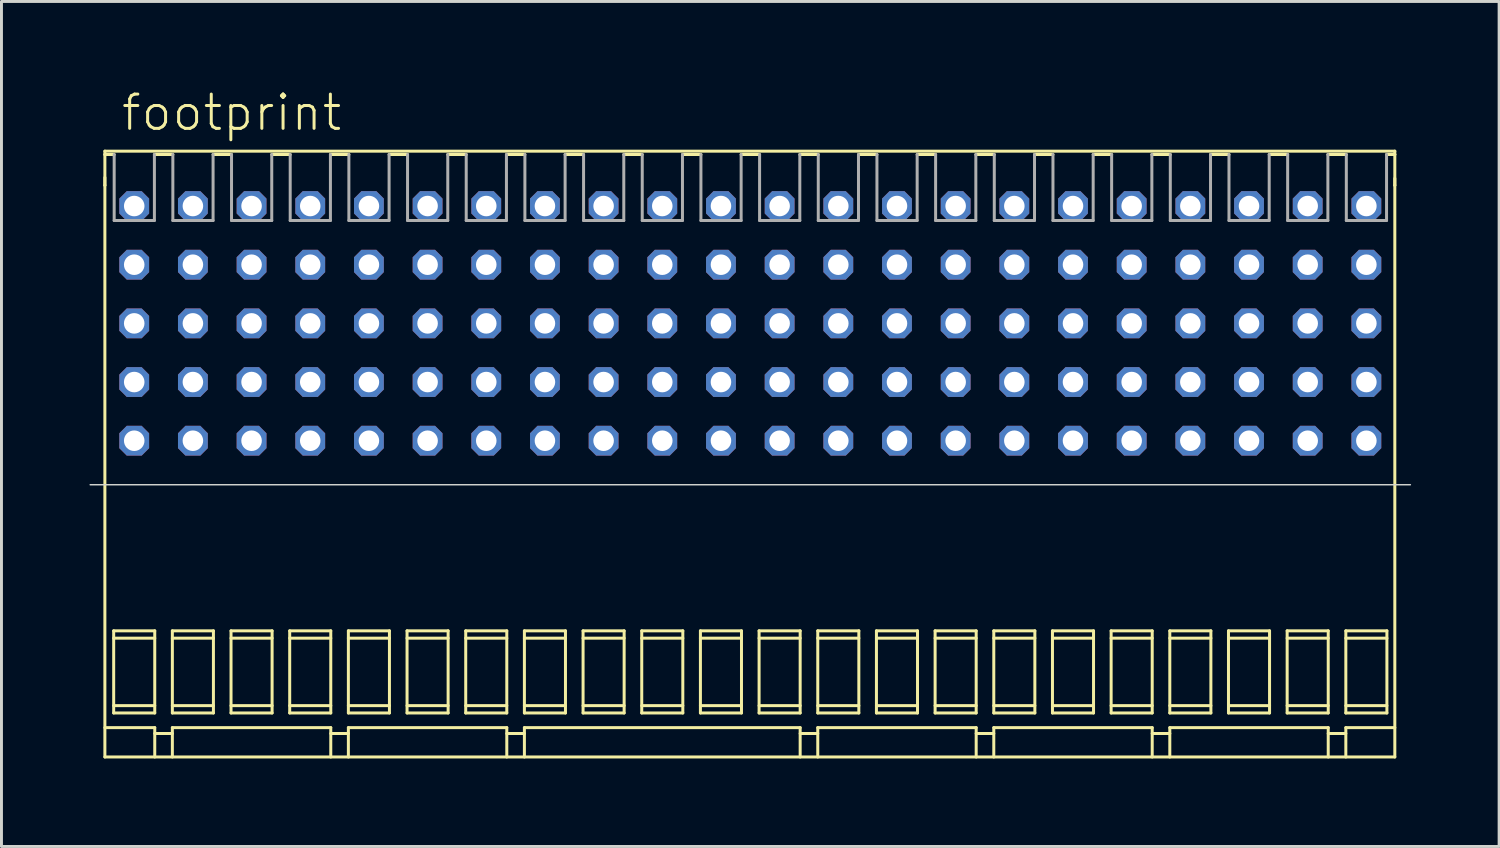
<source format=kicad_pcb>
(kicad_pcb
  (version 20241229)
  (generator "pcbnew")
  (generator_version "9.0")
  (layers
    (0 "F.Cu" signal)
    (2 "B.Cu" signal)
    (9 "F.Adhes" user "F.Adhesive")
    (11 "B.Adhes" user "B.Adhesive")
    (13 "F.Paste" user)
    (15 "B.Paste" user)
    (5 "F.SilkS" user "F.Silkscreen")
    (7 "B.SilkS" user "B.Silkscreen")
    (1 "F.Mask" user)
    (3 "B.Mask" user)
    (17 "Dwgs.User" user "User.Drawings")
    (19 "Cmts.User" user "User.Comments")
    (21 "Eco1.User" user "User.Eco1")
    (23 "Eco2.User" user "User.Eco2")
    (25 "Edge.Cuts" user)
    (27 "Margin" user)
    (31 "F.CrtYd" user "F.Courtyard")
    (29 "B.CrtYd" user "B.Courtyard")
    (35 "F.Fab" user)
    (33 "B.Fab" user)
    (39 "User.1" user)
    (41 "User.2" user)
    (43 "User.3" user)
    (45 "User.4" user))
  (footprint "footprint"
    (layer "F.Cu")
    (at 22.525 11.973)
    (property "Reference" "footprint" (at -21.5 -10.5 0) (layer "F.SilkS") (effects (font (size 1.168 1.168) (thickness 0.102)) (justify left bottom)))
    (fp_line (start -22 -9.87) (end 21.97 -9.87) (stroke (width 0.102) (type solid)) (layer "F.SilkS"))
    (fp_line (start -22 -9.756) (end -22 -9.87) (stroke (width 0.102) (type solid)) (layer "F.SilkS"))
    (fp_line (start -22 -9.756) (end -22 -8.706) (stroke (width 0.102) (type solid)) (layer "F.SilkS"))
    (fp_line (start -22 -8.972) (end -22 -8.706) (stroke (width 0.102) (type solid)) (layer "F.SilkS"))
    (fp_line (start -22 -8.706) (end -22 10.78) (stroke (width 0.102) (type solid)) (layer "F.SilkS"))
    (fp_line (start -22 9.78) (end -20.3 9.78) (stroke (width 0.102) (type solid)) (layer "F.SilkS"))
    (fp_line (start -22 10.78) (end 21.97 10.78) (stroke (width 0.102) (type solid)) (layer "F.SilkS"))
    (fp_line (start -21.7 6.48) (end -21.7 9.28) (stroke (width 0.102) (type solid)) (layer "F.SilkS"))
    (fp_line (start -21.7 6.48) (end -20.3 6.48) (stroke (width 0.102) (type solid)) (layer "F.SilkS"))
    (fp_line (start -21.7 6.73) (end -20.3 6.73) (stroke (width 0.102) (type solid)) (layer "F.SilkS"))
    (fp_line (start -21.7 9.03) (end -20.3 9.03) (stroke (width 0.102) (type solid)) (layer "F.SilkS"))
    (fp_line (start -21.7 9.28) (end -20.3 9.28) (stroke (width 0.102) (type solid)) (layer "F.SilkS"))
    (fp_line (start -21.683 -9.756) (end -22 -9.756) (stroke (width 0.102) (type solid)) (layer "F.SilkS"))
    (fp_line (start -20.3 6.48) (end -20.3 9.28) (stroke (width 0.102) (type solid)) (layer "F.SilkS"))
    (fp_line (start -20.3 9.78) (end -20.3 10.78) (stroke (width 0.102) (type solid)) (layer "F.SilkS"))
    (fp_line (start -20.3 9.98) (end -19.7 9.98) (stroke (width 0.102) (type solid)) (layer "F.SilkS"))
    (fp_line (start -19.7 6.48) (end -19.7 9.28) (stroke (width 0.102) (type solid)) (layer "F.SilkS"))
    (fp_line (start -19.7 6.48) (end -18.3 6.48) (stroke (width 0.102) (type solid)) (layer "F.SilkS"))
    (fp_line (start -19.7 6.73) (end -18.3 6.73) (stroke (width 0.102) (type solid)) (layer "F.SilkS"))
    (fp_line (start -19.7 9.03) (end -18.3 9.03) (stroke (width 0.102) (type solid)) (layer "F.SilkS"))
    (fp_line (start -19.7 9.28) (end -18.3 9.28) (stroke (width 0.102) (type solid)) (layer "F.SilkS"))
    (fp_line (start -19.7 9.78) (end -19.7 10.78) (stroke (width 0.102) (type solid)) (layer "F.SilkS"))
    (fp_line (start -19.683 -9.756) (end -20.312 -9.756) (stroke (width 0.102) (type solid)) (layer "F.SilkS"))
    (fp_line (start -18.3 6.48) (end -18.3 9.28) (stroke (width 0.102) (type solid)) (layer "F.SilkS"))
    (fp_line (start -17.7 6.48) (end -17.7 9.28) (stroke (width 0.102) (type solid)) (layer "F.SilkS"))
    (fp_line (start -17.7 6.48) (end -16.3 6.48) (stroke (width 0.102) (type solid)) (layer "F.SilkS"))
    (fp_line (start -17.7 6.73) (end -16.3 6.73) (stroke (width 0.102) (type solid)) (layer "F.SilkS"))
    (fp_line (start -17.7 9.03) (end -16.3 9.03) (stroke (width 0.102) (type solid)) (layer "F.SilkS"))
    (fp_line (start -17.7 9.28) (end -16.3 9.28) (stroke (width 0.102) (type solid)) (layer "F.SilkS"))
    (fp_line (start -17.683 -9.756) (end -18.312 -9.756) (stroke (width 0.102) (type solid)) (layer "F.SilkS"))
    (fp_line (start -16.3 6.48) (end -16.3 9.28) (stroke (width 0.102) (type solid)) (layer "F.SilkS"))
    (fp_line (start -15.7 6.48) (end -15.7 9.28) (stroke (width 0.102) (type solid)) (layer "F.SilkS"))
    (fp_line (start -15.7 6.48) (end -14.3 6.48) (stroke (width 0.102) (type solid)) (layer "F.SilkS"))
    (fp_line (start -15.7 6.73) (end -14.3 6.73) (stroke (width 0.102) (type solid)) (layer "F.SilkS"))
    (fp_line (start -15.7 9.03) (end -14.3 9.03) (stroke (width 0.102) (type solid)) (layer "F.SilkS"))
    (fp_line (start -15.7 9.28) (end -14.3 9.28) (stroke (width 0.102) (type solid)) (layer "F.SilkS"))
    (fp_line (start -15.683 -9.756) (end -16.312 -9.756) (stroke (width 0.102) (type solid)) (layer "F.SilkS"))
    (fp_line (start -14.3 6.48) (end -14.3 9.28) (stroke (width 0.102) (type solid)) (layer "F.SilkS"))
    (fp_line (start -14.3 9.78) (end -19.7 9.78) (stroke (width 0.102) (type solid)) (layer "F.SilkS"))
    (fp_line (start -14.3 9.78) (end -14.3 10.78) (stroke (width 0.102) (type solid)) (layer "F.SilkS"))
    (fp_line (start -14.3 9.98) (end -13.7 9.98) (stroke (width 0.102) (type solid)) (layer "F.SilkS"))
    (fp_line (start -13.7 6.48) (end -13.7 9.28) (stroke (width 0.102) (type solid)) (layer "F.SilkS"))
    (fp_line (start -13.7 6.48) (end -12.3 6.48) (stroke (width 0.102) (type solid)) (layer "F.SilkS"))
    (fp_line (start -13.7 6.73) (end -12.3 6.73) (stroke (width 0.102) (type solid)) (layer "F.SilkS"))
    (fp_line (start -13.7 9.03) (end -12.3 9.03) (stroke (width 0.102) (type solid)) (layer "F.SilkS"))
    (fp_line (start -13.7 9.28) (end -12.3 9.28) (stroke (width 0.102) (type solid)) (layer "F.SilkS"))
    (fp_line (start -13.7 9.78) (end -13.7 10.78) (stroke (width 0.102) (type solid)) (layer "F.SilkS"))
    (fp_line (start -13.683 -9.756) (end -14.312 -9.756) (stroke (width 0.102) (type solid)) (layer "F.SilkS"))
    (fp_line (start -12.3 6.48) (end -12.3 9.28) (stroke (width 0.102) (type solid)) (layer "F.SilkS"))
    (fp_line (start -11.7 6.48) (end -11.7 9.28) (stroke (width 0.102) (type solid)) (layer "F.SilkS"))
    (fp_line (start -11.7 6.48) (end -10.3 6.48) (stroke (width 0.102) (type solid)) (layer "F.SilkS"))
    (fp_line (start -11.7 6.73) (end -10.3 6.73) (stroke (width 0.102) (type solid)) (layer "F.SilkS"))
    (fp_line (start -11.7 9.03) (end -10.3 9.03) (stroke (width 0.102) (type solid)) (layer "F.SilkS"))
    (fp_line (start -11.7 9.28) (end -10.3 9.28) (stroke (width 0.102) (type solid)) (layer "F.SilkS"))
    (fp_line (start -11.683 -9.756) (end -12.312 -9.756) (stroke (width 0.102) (type solid)) (layer "F.SilkS"))
    (fp_line (start -10.3 6.48) (end -10.3 9.28) (stroke (width 0.102) (type solid)) (layer "F.SilkS"))
    (fp_line (start -9.7 6.48) (end -9.7 9.28) (stroke (width 0.102) (type solid)) (layer "F.SilkS"))
    (fp_line (start -9.7 6.48) (end -8.3 6.48) (stroke (width 0.102) (type solid)) (layer "F.SilkS"))
    (fp_line (start -9.7 6.73) (end -8.3 6.73) (stroke (width 0.102) (type solid)) (layer "F.SilkS"))
    (fp_line (start -9.7 9.03) (end -8.3 9.03) (stroke (width 0.102) (type solid)) (layer "F.SilkS"))
    (fp_line (start -9.7 9.28) (end -8.3 9.28) (stroke (width 0.102) (type solid)) (layer "F.SilkS"))
    (fp_line (start -9.683 -9.756) (end -10.312 -9.756) (stroke (width 0.102) (type solid)) (layer "F.SilkS"))
    (fp_line (start -8.3 6.48) (end -8.3 9.28) (stroke (width 0.102) (type solid)) (layer "F.SilkS"))
    (fp_line (start -8.3 9.78) (end -13.7 9.78) (stroke (width 0.102) (type solid)) (layer "F.SilkS"))
    (fp_line (start -8.3 9.78) (end -8.3 10.78) (stroke (width 0.102) (type solid)) (layer "F.SilkS"))
    (fp_line (start -8.3 9.98) (end -7.7 9.98) (stroke (width 0.102) (type solid)) (layer "F.SilkS"))
    (fp_line (start -7.7 6.48) (end -7.7 9.28) (stroke (width 0.102) (type solid)) (layer "F.SilkS"))
    (fp_line (start -7.7 6.48) (end -6.3 6.48) (stroke (width 0.102) (type solid)) (layer "F.SilkS"))
    (fp_line (start -7.7 6.73) (end -6.3 6.73) (stroke (width 0.102) (type solid)) (layer "F.SilkS"))
    (fp_line (start -7.7 9.03) (end -6.3 9.03) (stroke (width 0.102) (type solid)) (layer "F.SilkS"))
    (fp_line (start -7.7 9.28) (end -6.3 9.28) (stroke (width 0.102) (type solid)) (layer "F.SilkS"))
    (fp_line (start -7.7 9.78) (end -7.7 10.78) (stroke (width 0.102) (type solid)) (layer "F.SilkS"))
    (fp_line (start -7.7 9.78) (end 1.7 9.78) (stroke (width 0.102) (type solid)) (layer "F.SilkS"))
    (fp_line (start -7.683 -9.756) (end -8.312 -9.756) (stroke (width 0.102) (type solid)) (layer "F.SilkS"))
    (fp_line (start -6.3 6.48) (end -6.3 9.28) (stroke (width 0.102) (type solid)) (layer "F.SilkS"))
    (fp_line (start -5.7 6.48) (end -5.7 9.28) (stroke (width 0.102) (type solid)) (layer "F.SilkS"))
    (fp_line (start -5.7 6.73) (end -4.3 6.73) (stroke (width 0.102) (type solid)) (layer "F.SilkS"))
    (fp_line (start -5.7 9.03) (end -4.3 9.03) (stroke (width 0.102) (type solid)) (layer "F.SilkS"))
    (fp_line (start -5.683 -9.756) (end -6.312 -9.756) (stroke (width 0.102) (type solid)) (layer "F.SilkS"))
    (fp_line (start -4.3 6.48) (end -5.7 6.48) (stroke (width 0.102) (type solid)) (layer "F.SilkS"))
    (fp_line (start -4.3 9.28) (end -5.7 9.28) (stroke (width 0.102) (type solid)) (layer "F.SilkS"))
    (fp_line (start -4.3 9.28) (end -4.3 6.48) (stroke (width 0.102) (type solid)) (layer "F.SilkS"))
    (fp_line (start -3.7 6.48) (end -3.7 9.28) (stroke (width 0.102) (type solid)) (layer "F.SilkS"))
    (fp_line (start -3.683 -9.756) (end -4.312 -9.756) (stroke (width 0.102) (type solid)) (layer "F.SilkS"))
    (fp_line (start -2.3 6.48) (end -3.7 6.48) (stroke (width 0.102) (type solid)) (layer "F.SilkS"))
    (fp_line (start -2.3 6.48) (end -2.3 9.28) (stroke (width 0.102) (type solid)) (layer "F.SilkS"))
    (fp_line (start -2.3 6.73) (end -3.7 6.73) (stroke (width 0.102) (type solid)) (layer "F.SilkS"))
    (fp_line (start -2.3 9.03) (end -3.7 9.03) (stroke (width 0.102) (type solid)) (layer "F.SilkS"))
    (fp_line (start -2.3 9.28) (end -3.7 9.28) (stroke (width 0.102) (type solid)) (layer "F.SilkS"))
    (fp_line (start -1.7 9.28) (end -1.7 6.48) (stroke (width 0.102) (type solid)) (layer "F.SilkS"))
    (fp_line (start -1.683 -9.756) (end -2.312 -9.756) (stroke (width 0.102) (type solid)) (layer "F.SilkS"))
    (fp_line (start -0.3 6.48) (end -1.7 6.48) (stroke (width 0.102) (type solid)) (layer "F.SilkS"))
    (fp_line (start -0.3 6.48) (end -0.3 9.28) (stroke (width 0.102) (type solid)) (layer "F.SilkS"))
    (fp_line (start -0.3 6.73) (end -1.7 6.73) (stroke (width 0.102) (type solid)) (layer "F.SilkS"))
    (fp_line (start -0.3 9.03) (end -1.7 9.03) (stroke (width 0.102) (type solid)) (layer "F.SilkS"))
    (fp_line (start -0.3 9.28) (end -1.7 9.28) (stroke (width 0.102) (type solid)) (layer "F.SilkS"))
    (fp_line (start 0.3 6.48) (end 0.3 9.28) (stroke (width 0.102) (type solid)) (layer "F.SilkS"))
    (fp_line (start 0.317 -9.756) (end -0.312 -9.756) (stroke (width 0.102) (type solid)) (layer "F.SilkS"))
    (fp_line (start 1.7 6.48) (end 0.3 6.48) (stroke (width 0.102) (type solid)) (layer "F.SilkS"))
    (fp_line (start 1.7 6.48) (end 1.7 9.28) (stroke (width 0.102) (type solid)) (layer "F.SilkS"))
    (fp_line (start 1.7 6.73) (end 0.3 6.73) (stroke (width 0.102) (type solid)) (layer "F.SilkS"))
    (fp_line (start 1.7 9.03) (end 0.3 9.03) (stroke (width 0.102) (type solid)) (layer "F.SilkS"))
    (fp_line (start 1.7 9.28) (end 0.3 9.28) (stroke (width 0.102) (type solid)) (layer "F.SilkS"))
    (fp_line (start 1.7 9.78) (end 1.7 10.78) (stroke (width 0.102) (type solid)) (layer "F.SilkS"))
    (fp_line (start 2.3 6.48) (end 2.3 9.28) (stroke (width 0.102) (type solid)) (layer "F.SilkS"))
    (fp_line (start 2.3 9.78) (end 2.3 10.78) (stroke (width 0.102) (type solid)) (layer "F.SilkS"))
    (fp_line (start 2.3 9.98) (end 1.7 9.98) (stroke (width 0.102) (type solid)) (layer "F.SilkS"))
    (fp_line (start 2.317 -9.756) (end 1.688 -9.756) (stroke (width 0.102) (type solid)) (layer "F.SilkS"))
    (fp_line (start 3.7 6.48) (end 2.3 6.48) (stroke (width 0.102) (type solid)) (layer "F.SilkS"))
    (fp_line (start 3.7 6.48) (end 3.7 9.28) (stroke (width 0.102) (type solid)) (layer "F.SilkS"))
    (fp_line (start 3.7 6.73) (end 2.3 6.73) (stroke (width 0.102) (type solid)) (layer "F.SilkS"))
    (fp_line (start 3.7 9.03) (end 2.3 9.03) (stroke (width 0.102) (type solid)) (layer "F.SilkS"))
    (fp_line (start 3.7 9.28) (end 2.3 9.28) (stroke (width 0.102) (type solid)) (layer "F.SilkS"))
    (fp_line (start 4.3 6.48) (end 4.3 9.28) (stroke (width 0.102) (type solid)) (layer "F.SilkS"))
    (fp_line (start 4.317 -9.756) (end 3.688 -9.756) (stroke (width 0.102) (type solid)) (layer "F.SilkS"))
    (fp_line (start 5.7 6.48) (end 4.3 6.48) (stroke (width 0.102) (type solid)) (layer "F.SilkS"))
    (fp_line (start 5.7 6.48) (end 5.7 9.28) (stroke (width 0.102) (type solid)) (layer "F.SilkS"))
    (fp_line (start 5.7 6.73) (end 4.3 6.73) (stroke (width 0.102) (type solid)) (layer "F.SilkS"))
    (fp_line (start 5.7 9.03) (end 4.3 9.03) (stroke (width 0.102) (type solid)) (layer "F.SilkS"))
    (fp_line (start 5.7 9.28) (end 4.3 9.28) (stroke (width 0.102) (type solid)) (layer "F.SilkS"))
    (fp_line (start 6.3 6.48) (end 6.3 9.28) (stroke (width 0.102) (type solid)) (layer "F.SilkS"))
    (fp_line (start 6.317 -9.756) (end 5.688 -9.756) (stroke (width 0.102) (type solid)) (layer "F.SilkS"))
    (fp_line (start 7.7 6.48) (end 6.3 6.48) (stroke (width 0.102) (type solid)) (layer "F.SilkS"))
    (fp_line (start 7.7 6.48) (end 7.7 9.28) (stroke (width 0.102) (type solid)) (layer "F.SilkS"))
    (fp_line (start 7.7 6.73) (end 6.3 6.73) (stroke (width 0.102) (type solid)) (layer "F.SilkS"))
    (fp_line (start 7.7 9.03) (end 6.3 9.03) (stroke (width 0.102) (type solid)) (layer "F.SilkS"))
    (fp_line (start 7.7 9.28) (end 6.3 9.28) (stroke (width 0.102) (type solid)) (layer "F.SilkS"))
    (fp_line (start 7.7 9.78) (end 2.3 9.78) (stroke (width 0.102) (type solid)) (layer "F.SilkS"))
    (fp_line (start 7.7 9.78) (end 7.7 10.78) (stroke (width 0.102) (type solid)) (layer "F.SilkS"))
    (fp_line (start 8.3 6.48) (end 8.3 9.28) (stroke (width 0.102) (type solid)) (layer "F.SilkS"))
    (fp_line (start 8.3 9.78) (end 8.3 10.78) (stroke (width 0.102) (type solid)) (layer "F.SilkS"))
    (fp_line (start 8.3 9.98) (end 7.7 9.98) (stroke (width 0.102) (type solid)) (layer "F.SilkS"))
    (fp_line (start 8.317 -9.756) (end 7.688 -9.756) (stroke (width 0.102) (type solid)) (layer "F.SilkS"))
    (fp_line (start 9.7 6.48) (end 8.3 6.48) (stroke (width 0.102) (type solid)) (layer "F.SilkS"))
    (fp_line (start 9.7 6.48) (end 9.7 9.28) (stroke (width 0.102) (type solid)) (layer "F.SilkS"))
    (fp_line (start 9.7 6.73) (end 8.3 6.73) (stroke (width 0.102) (type solid)) (layer "F.SilkS"))
    (fp_line (start 9.7 9.03) (end 8.3 9.03) (stroke (width 0.102) (type solid)) (layer "F.SilkS"))
    (fp_line (start 9.7 9.28) (end 8.3 9.28) (stroke (width 0.102) (type solid)) (layer "F.SilkS"))
    (fp_line (start 10.3 6.48) (end 10.3 9.28) (stroke (width 0.102) (type solid)) (layer "F.SilkS"))
    (fp_line (start 10.317 -9.756) (end 9.688 -9.756) (stroke (width 0.102) (type solid)) (layer "F.SilkS"))
    (fp_line (start 11.7 6.48) (end 10.3 6.48) (stroke (width 0.102) (type solid)) (layer "F.SilkS"))
    (fp_line (start 11.7 6.48) (end 11.7 9.28) (stroke (width 0.102) (type solid)) (layer "F.SilkS"))
    (fp_line (start 11.7 6.73) (end 10.3 6.73) (stroke (width 0.102) (type solid)) (layer "F.SilkS"))
    (fp_line (start 11.7 9.03) (end 10.3 9.03) (stroke (width 0.102) (type solid)) (layer "F.SilkS"))
    (fp_line (start 11.7 9.28) (end 10.3 9.28) (stroke (width 0.102) (type solid)) (layer "F.SilkS"))
    (fp_line (start 12.3 6.48) (end 12.3 9.28) (stroke (width 0.102) (type solid)) (layer "F.SilkS"))
    (fp_line (start 12.317 -9.756) (end 11.688 -9.756) (stroke (width 0.102) (type solid)) (layer "F.SilkS"))
    (fp_line (start 13.7 6.48) (end 12.3 6.48) (stroke (width 0.102) (type solid)) (layer "F.SilkS"))
    (fp_line (start 13.7 6.48) (end 13.7 9.28) (stroke (width 0.102) (type solid)) (layer "F.SilkS"))
    (fp_line (start 13.7 6.73) (end 12.3 6.73) (stroke (width 0.102) (type solid)) (layer "F.SilkS"))
    (fp_line (start 13.7 9.03) (end 12.3 9.03) (stroke (width 0.102) (type solid)) (layer "F.SilkS"))
    (fp_line (start 13.7 9.28) (end 12.3 9.28) (stroke (width 0.102) (type solid)) (layer "F.SilkS"))
    (fp_line (start 13.7 9.78) (end 8.3 9.78) (stroke (width 0.102) (type solid)) (layer "F.SilkS"))
    (fp_line (start 13.7 9.78) (end 13.7 10.78) (stroke (width 0.102) (type solid)) (layer "F.SilkS"))
    (fp_line (start 14.3 6.48) (end 14.3 9.28) (stroke (width 0.102) (type solid)) (layer "F.SilkS"))
    (fp_line (start 14.3 9.78) (end 14.3 10.78) (stroke (width 0.102) (type solid)) (layer "F.SilkS"))
    (fp_line (start 14.3 9.98) (end 13.7 9.98) (stroke (width 0.102) (type solid)) (layer "F.SilkS"))
    (fp_line (start 14.317 -9.756) (end 13.688 -9.756) (stroke (width 0.102) (type solid)) (layer "F.SilkS"))
    (fp_line (start 15.7 6.48) (end 14.3 6.48) (stroke (width 0.102) (type solid)) (layer "F.SilkS"))
    (fp_line (start 15.7 6.48) (end 15.7 9.28) (stroke (width 0.102) (type solid)) (layer "F.SilkS"))
    (fp_line (start 15.7 6.73) (end 14.3 6.73) (stroke (width 0.102) (type solid)) (layer "F.SilkS"))
    (fp_line (start 15.7 9.03) (end 14.3 9.03) (stroke (width 0.102) (type solid)) (layer "F.SilkS"))
    (fp_line (start 15.7 9.28) (end 14.3 9.28) (stroke (width 0.102) (type solid)) (layer "F.SilkS"))
    (fp_line (start 16.3 6.48) (end 16.3 9.28) (stroke (width 0.102) (type solid)) (layer "F.SilkS"))
    (fp_line (start 16.317 -9.756) (end 15.688 -9.756) (stroke (width 0.102) (type solid)) (layer "F.SilkS"))
    (fp_line (start 17.7 6.48) (end 16.3 6.48) (stroke (width 0.102) (type solid)) (layer "F.SilkS"))
    (fp_line (start 17.7 6.48) (end 17.7 9.28) (stroke (width 0.102) (type solid)) (layer "F.SilkS"))
    (fp_line (start 17.7 6.73) (end 16.3 6.73) (stroke (width 0.102) (type solid)) (layer "F.SilkS"))
    (fp_line (start 17.7 9.03) (end 16.3 9.03) (stroke (width 0.102) (type solid)) (layer "F.SilkS"))
    (fp_line (start 17.7 9.28) (end 16.3 9.28) (stroke (width 0.102) (type solid)) (layer "F.SilkS"))
    (fp_line (start 18.3 6.48) (end 18.3 9.28) (stroke (width 0.102) (type solid)) (layer "F.SilkS"))
    (fp_line (start 18.317 -9.756) (end 17.688 -9.756) (stroke (width 0.102) (type solid)) (layer "F.SilkS"))
    (fp_line (start 19.7 6.48) (end 18.3 6.48) (stroke (width 0.102) (type solid)) (layer "F.SilkS"))
    (fp_line (start 19.7 6.48) (end 19.7 9.28) (stroke (width 0.102) (type solid)) (layer "F.SilkS"))
    (fp_line (start 19.7 6.73) (end 18.3 6.73) (stroke (width 0.102) (type solid)) (layer "F.SilkS"))
    (fp_line (start 19.7 9.03) (end 18.3 9.03) (stroke (width 0.102) (type solid)) (layer "F.SilkS"))
    (fp_line (start 19.7 9.28) (end 18.3 9.28) (stroke (width 0.102) (type solid)) (layer "F.SilkS"))
    (fp_line (start 19.7 9.78) (end 14.3 9.78) (stroke (width 0.102) (type solid)) (layer "F.SilkS"))
    (fp_line (start 19.7 9.78) (end 19.7 10.78) (stroke (width 0.102) (type solid)) (layer "F.SilkS"))
    (fp_line (start 20.3 6.48) (end 20.3 9.28) (stroke (width 0.102) (type solid)) (layer "F.SilkS"))
    (fp_line (start 20.3 9.78) (end 20.3 10.78) (stroke (width 0.102) (type solid)) (layer "F.SilkS"))
    (fp_line (start 20.3 9.98) (end 19.7 9.98) (stroke (width 0.102) (type solid)) (layer "F.SilkS"))
    (fp_line (start 20.317 -9.756) (end 19.688 -9.756) (stroke (width 0.102) (type solid)) (layer "F.SilkS"))
    (fp_line (start 21.7 6.48) (end 20.3 6.48) (stroke (width 0.102) (type solid)) (layer "F.SilkS"))
    (fp_line (start 21.7 6.48) (end 21.7 9.28) (stroke (width 0.102) (type solid)) (layer "F.SilkS"))
    (fp_line (start 21.7 6.73) (end 20.3 6.73) (stroke (width 0.102) (type solid)) (layer "F.SilkS"))
    (fp_line (start 21.7 9.03) (end 20.3 9.03) (stroke (width 0.102) (type solid)) (layer "F.SilkS"))
    (fp_line (start 21.7 9.28) (end 20.3 9.28) (stroke (width 0.102) (type solid)) (layer "F.SilkS"))
    (fp_line (start 21.97 -9.756) (end 21.688 -9.756) (stroke (width 0.102) (type solid)) (layer "F.SilkS"))
    (fp_line (start 21.97 -9.756) (end 21.97 -9.87) (stroke (width 0.102) (type solid)) (layer "F.SilkS"))
    (fp_line (start 21.97 -9.756) (end 21.97 -8.706) (stroke (width 0.102) (type solid)) (layer "F.SilkS"))
    (fp_line (start 21.97 -8.942) (end 21.97 -8.706) (stroke (width 0.102) (type solid)) (layer "F.SilkS"))
    (fp_line (start 21.97 9.78) (end 20.3 9.78) (stroke (width 0.102) (type solid)) (layer "F.SilkS"))
    (fp_line (start 21.97 10.78) (end 21.97 -8.706) (stroke (width 0.102) (type solid)) (layer "F.SilkS"))
    (fp_line (start -22.5 1.5) (end 22.5 1.5) (stroke (width 0.05) (type solid)) (layer "Edge.Cuts"))
    (fp_line (start -21.683 -7.506) (end -21.683 -9.756) (stroke (width 0.102) (type solid)) (layer "F.Fab"))
    (fp_line (start -20.312 -9.756) (end -20.312 -7.506) (stroke (width 0.102) (type solid)) (layer "F.Fab"))
    (fp_line (start -20.312 -7.506) (end -21.683 -7.506) (stroke (width 0.102) (type solid)) (layer "F.Fab"))
    (fp_line (start -19.683 -7.506) (end -19.683 -9.756) (stroke (width 0.102) (type solid)) (layer "F.Fab"))
    (fp_line (start -18.312 -9.756) (end -18.312 -7.506) (stroke (width 0.102) (type solid)) (layer "F.Fab"))
    (fp_line (start -18.312 -7.506) (end -19.683 -7.506) (stroke (width 0.102) (type solid)) (layer "F.Fab"))
    (fp_line (start -17.683 -7.506) (end -17.683 -9.756) (stroke (width 0.102) (type solid)) (layer "F.Fab"))
    (fp_line (start -16.312 -9.756) (end -16.312 -7.506) (stroke (width 0.102) (type solid)) (layer "F.Fab"))
    (fp_line (start -16.312 -7.506) (end -17.683 -7.506) (stroke (width 0.102) (type solid)) (layer "F.Fab"))
    (fp_line (start -15.683 -7.506) (end -15.683 -9.756) (stroke (width 0.102) (type solid)) (layer "F.Fab"))
    (fp_line (start -14.312 -9.756) (end -14.312 -7.506) (stroke (width 0.102) (type solid)) (layer "F.Fab"))
    (fp_line (start -14.312 -7.506) (end -15.683 -7.506) (stroke (width 0.102) (type solid)) (layer "F.Fab"))
    (fp_line (start -13.683 -7.506) (end -13.683 -9.756) (stroke (width 0.102) (type solid)) (layer "F.Fab"))
    (fp_line (start -12.312 -9.756) (end -12.312 -7.506) (stroke (width 0.102) (type solid)) (layer "F.Fab"))
    (fp_line (start -12.312 -7.506) (end -13.683 -7.506) (stroke (width 0.102) (type solid)) (layer "F.Fab"))
    (fp_line (start -11.683 -7.506) (end -11.683 -9.756) (stroke (width 0.102) (type solid)) (layer "F.Fab"))
    (fp_line (start -10.312 -9.756) (end -10.312 -7.506) (stroke (width 0.102) (type solid)) (layer "F.Fab"))
    (fp_line (start -10.312 -7.506) (end -11.683 -7.506) (stroke (width 0.102) (type solid)) (layer "F.Fab"))
    (fp_line (start -9.683 -7.506) (end -9.683 -9.756) (stroke (width 0.102) (type solid)) (layer "F.Fab"))
    (fp_line (start -8.312 -9.756) (end -8.312 -7.506) (stroke (width 0.102) (type solid)) (layer "F.Fab"))
    (fp_line (start -8.312 -7.506) (end -9.683 -7.506) (stroke (width 0.102) (type solid)) (layer "F.Fab"))
    (fp_line (start -7.683 -7.506) (end -7.683 -9.756) (stroke (width 0.102) (type solid)) (layer "F.Fab"))
    (fp_line (start -6.312 -9.756) (end -6.312 -7.506) (stroke (width 0.102) (type solid)) (layer "F.Fab"))
    (fp_line (start -6.312 -7.506) (end -7.683 -7.506) (stroke (width 0.102) (type solid)) (layer "F.Fab"))
    (fp_line (start -5.683 -7.506) (end -5.683 -9.756) (stroke (width 0.102) (type solid)) (layer "F.Fab"))
    (fp_line (start -4.312 -9.756) (end -4.312 -7.506) (stroke (width 0.102) (type solid)) (layer "F.Fab"))
    (fp_line (start -4.312 -7.506) (end -5.683 -7.506) (stroke (width 0.102) (type solid)) (layer "F.Fab"))
    (fp_line (start -3.683 -7.506) (end -3.683 -9.756) (stroke (width 0.102) (type solid)) (layer "F.Fab"))
    (fp_line (start -2.312 -9.756) (end -2.312 -7.506) (stroke (width 0.102) (type solid)) (layer "F.Fab"))
    (fp_line (start -2.312 -7.506) (end -3.683 -7.506) (stroke (width 0.102) (type solid)) (layer "F.Fab"))
    (fp_line (start -1.683 -7.506) (end -1.683 -9.756) (stroke (width 0.102) (type solid)) (layer "F.Fab"))
    (fp_line (start -0.312 -9.756) (end -0.312 -7.506) (stroke (width 0.102) (type solid)) (layer "F.Fab"))
    (fp_line (start -0.312 -7.506) (end -1.683 -7.506) (stroke (width 0.102) (type solid)) (layer "F.Fab"))
    (fp_line (start 0.317 -7.506) (end 0.317 -9.756) (stroke (width 0.102) (type solid)) (layer "F.Fab"))
    (fp_line (start 1.688 -9.756) (end 1.688 -7.506) (stroke (width 0.102) (type solid)) (layer "F.Fab"))
    (fp_line (start 1.688 -7.506) (end 0.317 -7.506) (stroke (width 0.102) (type solid)) (layer "F.Fab"))
    (fp_line (start 2.317 -7.506) (end 2.317 -9.756) (stroke (width 0.102) (type solid)) (layer "F.Fab"))
    (fp_line (start 3.688 -9.756) (end 3.688 -7.506) (stroke (width 0.102) (type solid)) (layer "F.Fab"))
    (fp_line (start 3.688 -7.506) (end 2.317 -7.506) (stroke (width 0.102) (type solid)) (layer "F.Fab"))
    (fp_line (start 4.317 -7.506) (end 4.317 -9.756) (stroke (width 0.102) (type solid)) (layer "F.Fab"))
    (fp_line (start 5.688 -9.756) (end 5.688 -7.506) (stroke (width 0.102) (type solid)) (layer "F.Fab"))
    (fp_line (start 5.688 -7.506) (end 4.317 -7.506) (stroke (width 0.102) (type solid)) (layer "F.Fab"))
    (fp_line (start 6.317 -7.506) (end 6.317 -9.756) (stroke (width 0.102) (type solid)) (layer "F.Fab"))
    (fp_line (start 7.688 -9.756) (end 7.688 -7.506) (stroke (width 0.102) (type solid)) (layer "F.Fab"))
    (fp_line (start 7.688 -7.506) (end 6.317 -7.506) (stroke (width 0.102) (type solid)) (layer "F.Fab"))
    (fp_line (start 8.317 -7.506) (end 8.317 -9.756) (stroke (width 0.102) (type solid)) (layer "F.Fab"))
    (fp_line (start 9.688 -9.756) (end 9.688 -7.506) (stroke (width 0.102) (type solid)) (layer "F.Fab"))
    (fp_line (start 9.688 -7.506) (end 8.317 -7.506) (stroke (width 0.102) (type solid)) (layer "F.Fab"))
    (fp_line (start 10.317 -7.506) (end 10.317 -9.756) (stroke (width 0.102) (type solid)) (layer "F.Fab"))
    (fp_line (start 11.688 -9.756) (end 11.688 -7.506) (stroke (width 0.102) (type solid)) (layer "F.Fab"))
    (fp_line (start 11.688 -7.506) (end 10.317 -7.506) (stroke (width 0.102) (type solid)) (layer "F.Fab"))
    (fp_line (start 12.317 -7.506) (end 12.317 -9.756) (stroke (width 0.102) (type solid)) (layer "F.Fab"))
    (fp_line (start 13.688 -9.756) (end 13.688 -7.506) (stroke (width 0.102) (type solid)) (layer "F.Fab"))
    (fp_line (start 13.688 -7.506) (end 12.317 -7.506) (stroke (width 0.102) (type solid)) (layer "F.Fab"))
    (fp_line (start 14.317 -7.506) (end 14.317 -9.756) (stroke (width 0.102) (type solid)) (layer "F.Fab"))
    (fp_line (start 15.688 -9.756) (end 15.688 -7.506) (stroke (width 0.102) (type solid)) (layer "F.Fab"))
    (fp_line (start 15.688 -7.506) (end 14.317 -7.506) (stroke (width 0.102) (type solid)) (layer "F.Fab"))
    (fp_line (start 16.317 -7.506) (end 16.317 -9.756) (stroke (width 0.102) (type solid)) (layer "F.Fab"))
    (fp_line (start 17.688 -9.756) (end 17.688 -7.506) (stroke (width 0.102) (type solid)) (layer "F.Fab"))
    (fp_line (start 17.688 -7.506) (end 16.317 -7.506) (stroke (width 0.102) (type solid)) (layer "F.Fab"))
    (fp_line (start 18.317 -7.506) (end 18.317 -9.756) (stroke (width 0.102) (type solid)) (layer "F.Fab"))
    (fp_line (start 19.688 -9.756) (end 19.688 -7.506) (stroke (width 0.102) (type solid)) (layer "F.Fab"))
    (fp_line (start 19.688 -7.506) (end 18.317 -7.506) (stroke (width 0.102) (type solid)) (layer "F.Fab"))
    (fp_line (start 20.317 -7.506) (end 20.317 -9.756) (stroke (width 0.102) (type solid)) (layer "F.Fab"))
    (fp_line (start 21.688 -9.756) (end 21.688 -7.506) (stroke (width 0.102) (type solid)) (layer "F.Fab"))
    (fp_line (start 21.688 -7.506) (end 20.317 -7.506) (stroke (width 0.102) (type solid)) (layer "F.Fab"))
    (pad "A1" thru_hole roundrect (at 21 0 180) (size 1.016 1.016) (drill 0.7) (layers "*.Cu" "*.Mask") (roundrect_rratio 0.25) (chamfer_ratio 0.25) (chamfer top_left top_right bottom_left bottom_right))
    (pad "A2" thru_hole roundrect (at 19 0 180) (size 1.016 1.016) (drill 0.7) (layers "*.Cu" "*.Mask") (roundrect_rratio 0.25) (chamfer_ratio 0.25) (chamfer top_left top_right bottom_left bottom_right))
    (pad "A3" thru_hole roundrect (at 17 0 180) (size 1.016 1.016) (drill 0.7) (layers "*.Cu" "*.Mask") (roundrect_rratio 0.25) (chamfer_ratio 0.25) (chamfer top_left top_right bottom_left bottom_right))
    (pad "A4" thru_hole roundrect (at 15 0 180) (size 1.016 1.016) (drill 0.7) (layers "*.Cu" "*.Mask") (roundrect_rratio 0.25) (chamfer_ratio 0.25) (chamfer top_left top_right bottom_left bottom_right))
    (pad "A5" thru_hole roundrect (at 13 0 180) (size 1.016 1.016) (drill 0.7) (layers "*.Cu" "*.Mask") (roundrect_rratio 0.25) (chamfer_ratio 0.25) (chamfer top_left top_right bottom_left bottom_right))
    (pad "A6" thru_hole roundrect (at 11 0 180) (size 1.016 1.016) (drill 0.7) (layers "*.Cu" "*.Mask") (roundrect_rratio 0.25) (chamfer_ratio 0.25) (chamfer top_left top_right bottom_left bottom_right))
    (pad "A7" thru_hole roundrect (at 9 0 180) (size 1.016 1.016) (drill 0.7) (layers "*.Cu" "*.Mask") (roundrect_rratio 0.25) (chamfer_ratio 0.25) (chamfer top_left top_right bottom_left bottom_right))
    (pad "A8" thru_hole roundrect (at 7 0 180) (size 1.016 1.016) (drill 0.7) (layers "*.Cu" "*.Mask") (roundrect_rratio 0.25) (chamfer_ratio 0.25) (chamfer top_left top_right bottom_left bottom_right))
    (pad "A9" thru_hole roundrect (at 5 0 180) (size 1.016 1.016) (drill 0.7) (layers "*.Cu" "*.Mask") (roundrect_rratio 0.25) (chamfer_ratio 0.25) (chamfer top_left top_right bottom_left bottom_right))
    (pad "A10" thru_hole roundrect (at 3 0 180) (size 1.016 1.016) (drill 0.7) (layers "*.Cu" "*.Mask") (roundrect_rratio 0.25) (chamfer_ratio 0.25) (chamfer top_left top_right bottom_left bottom_right))
    (pad "A11" thru_hole roundrect (at 1 0 180) (size 1.016 1.016) (drill 0.7) (layers "*.Cu" "*.Mask") (roundrect_rratio 0.25) (chamfer_ratio 0.25) (chamfer top_left top_right bottom_left bottom_right))
    (pad "A12" thru_hole roundrect (at -1 0 180) (size 1.016 1.016) (drill 0.7) (layers "*.Cu" "*.Mask") (roundrect_rratio 0.25) (chamfer_ratio 0.25) (chamfer top_left top_right bottom_left bottom_right))
    (pad "A13" thru_hole roundrect (at -3 0 180) (size 1.016 1.016) (drill 0.7) (layers "*.Cu" "*.Mask") (roundrect_rratio 0.25) (chamfer_ratio 0.25) (chamfer top_left top_right bottom_left bottom_right))
    (pad "A14" thru_hole roundrect (at -5 0 180) (size 1.016 1.016) (drill 0.7) (layers "*.Cu" "*.Mask") (roundrect_rratio 0.25) (chamfer_ratio 0.25) (chamfer top_left top_right bottom_left bottom_right))
    (pad "A15" thru_hole roundrect (at -7 0 180) (size 1.016 1.016) (drill 0.7) (layers "*.Cu" "*.Mask") (roundrect_rratio 0.25) (chamfer_ratio 0.25) (chamfer top_left top_right bottom_left bottom_right))
    (pad "A16" thru_hole roundrect (at -9 0 180) (size 1.016 1.016) (drill 0.7) (layers "*.Cu" "*.Mask") (roundrect_rratio 0.25) (chamfer_ratio 0.25) (chamfer top_left top_right bottom_left bottom_right))
    (pad "A17" thru_hole roundrect (at -11 0 180) (size 1.016 1.016) (drill 0.7) (layers "*.Cu" "*.Mask") (roundrect_rratio 0.25) (chamfer_ratio 0.25) (chamfer top_left top_right bottom_left bottom_right))
    (pad "A18" thru_hole roundrect (at -13 0 180) (size 1.016 1.016) (drill 0.7) (layers "*.Cu" "*.Mask") (roundrect_rratio 0.25) (chamfer_ratio 0.25) (chamfer top_left top_right bottom_left bottom_right))
    (pad "A19" thru_hole roundrect (at -15 0 180) (size 1.016 1.016) (drill 0.7) (layers "*.Cu" "*.Mask") (roundrect_rratio 0.25) (chamfer_ratio 0.25) (chamfer top_left top_right bottom_left bottom_right))
    (pad "A20" thru_hole roundrect (at -17 0 180) (size 1.016 1.016) (drill 0.7) (layers "*.Cu" "*.Mask") (roundrect_rratio 0.25) (chamfer_ratio 0.25) (chamfer top_left top_right bottom_left bottom_right))
    (pad "A21" thru_hole roundrect (at -19 0 180) (size 1.016 1.016) (drill 0.7) (layers "*.Cu" "*.Mask") (roundrect_rratio 0.25) (chamfer_ratio 0.25) (chamfer top_left top_right bottom_left bottom_right))
    (pad "A22" thru_hole roundrect (at -21 0 180) (size 1.016 1.016) (drill 0.7) (layers "*.Cu" "*.Mask") (roundrect_rratio 0.25) (chamfer_ratio 0.25) (chamfer top_left top_right bottom_left bottom_right))
    (pad "B1" thru_hole roundrect (at 21 -2 180) (size 1.016 1.016) (drill 0.7) (layers "*.Cu" "*.Mask") (roundrect_rratio 0.25) (chamfer_ratio 0.25) (chamfer top_left top_right bottom_left bottom_right))
    (pad "B2" thru_hole roundrect (at 19 -2 180) (size 1.016 1.016) (drill 0.7) (layers "*.Cu" "*.Mask") (roundrect_rratio 0.25) (chamfer_ratio 0.25) (chamfer top_left top_right bottom_left bottom_right))
    (pad "B3" thru_hole roundrect (at 17 -2 180) (size 1.016 1.016) (drill 0.7) (layers "*.Cu" "*.Mask") (roundrect_rratio 0.25) (chamfer_ratio 0.25) (chamfer top_left top_right bottom_left bottom_right))
    (pad "B4" thru_hole roundrect (at 15 -2 180) (size 1.016 1.016) (drill 0.7) (layers "*.Cu" "*.Mask") (roundrect_rratio 0.25) (chamfer_ratio 0.25) (chamfer top_left top_right bottom_left bottom_right))
    (pad "B5" thru_hole roundrect (at 13 -2 180) (size 1.016 1.016) (drill 0.7) (layers "*.Cu" "*.Mask") (roundrect_rratio 0.25) (chamfer_ratio 0.25) (chamfer top_left top_right bottom_left bottom_right))
    (pad "B6" thru_hole roundrect (at 11 -2 180) (size 1.016 1.016) (drill 0.7) (layers "*.Cu" "*.Mask") (roundrect_rratio 0.25) (chamfer_ratio 0.25) (chamfer top_left top_right bottom_left bottom_right))
    (pad "B7" thru_hole roundrect (at 9 -2 180) (size 1.016 1.016) (drill 0.7) (layers "*.Cu" "*.Mask") (roundrect_rratio 0.25) (chamfer_ratio 0.25) (chamfer top_left top_right bottom_left bottom_right))
    (pad "B8" thru_hole roundrect (at 7 -2 180) (size 1.016 1.016) (drill 0.7) (layers "*.Cu" "*.Mask") (roundrect_rratio 0.25) (chamfer_ratio 0.25) (chamfer top_left top_right bottom_left bottom_right))
    (pad "B9" thru_hole roundrect (at 5 -2 180) (size 1.016 1.016) (drill 0.7) (layers "*.Cu" "*.Mask") (roundrect_rratio 0.25) (chamfer_ratio 0.25) (chamfer top_left top_right bottom_left bottom_right))
    (pad "B10" thru_hole roundrect (at 3 -2 180) (size 1.016 1.016) (drill 0.7) (layers "*.Cu" "*.Mask") (roundrect_rratio 0.25) (chamfer_ratio 0.25) (chamfer top_left top_right bottom_left bottom_right))
    (pad "B11" thru_hole roundrect (at 1 -2 180) (size 1.016 1.016) (drill 0.7) (layers "*.Cu" "*.Mask") (roundrect_rratio 0.25) (chamfer_ratio 0.25) (chamfer top_left top_right bottom_left bottom_right))
    (pad "B12" thru_hole roundrect (at -1 -2 180) (size 1.016 1.016) (drill 0.7) (layers "*.Cu" "*.Mask") (roundrect_rratio 0.25) (chamfer_ratio 0.25) (chamfer top_left top_right bottom_left bottom_right))
    (pad "B13" thru_hole roundrect (at -3 -2 180) (size 1.016 1.016) (drill 0.7) (layers "*.Cu" "*.Mask") (roundrect_rratio 0.25) (chamfer_ratio 0.25) (chamfer top_left top_right bottom_left bottom_right))
    (pad "B14" thru_hole roundrect (at -5 -2 180) (size 1.016 1.016) (drill 0.7) (layers "*.Cu" "*.Mask") (roundrect_rratio 0.25) (chamfer_ratio 0.25) (chamfer top_left top_right bottom_left bottom_right))
    (pad "B15" thru_hole roundrect (at -7 -2 180) (size 1.016 1.016) (drill 0.7) (layers "*.Cu" "*.Mask") (roundrect_rratio 0.25) (chamfer_ratio 0.25) (chamfer top_left top_right bottom_left bottom_right))
    (pad "B16" thru_hole roundrect (at -9 -2 180) (size 1.016 1.016) (drill 0.7) (layers "*.Cu" "*.Mask") (roundrect_rratio 0.25) (chamfer_ratio 0.25) (chamfer top_left top_right bottom_left bottom_right))
    (pad "B17" thru_hole roundrect (at -11 -2 180) (size 1.016 1.016) (drill 0.7) (layers "*.Cu" "*.Mask") (roundrect_rratio 0.25) (chamfer_ratio 0.25) (chamfer top_left top_right bottom_left bottom_right))
    (pad "B18" thru_hole roundrect (at -13 -2 180) (size 1.016 1.016) (drill 0.7) (layers "*.Cu" "*.Mask") (roundrect_rratio 0.25) (chamfer_ratio 0.25) (chamfer top_left top_right bottom_left bottom_right))
    (pad "B19" thru_hole roundrect (at -15 -2 180) (size 1.016 1.016) (drill 0.7) (layers "*.Cu" "*.Mask") (roundrect_rratio 0.25) (chamfer_ratio 0.25) (chamfer top_left top_right bottom_left bottom_right))
    (pad "B20" thru_hole roundrect (at -17 -2 180) (size 1.016 1.016) (drill 0.7) (layers "*.Cu" "*.Mask") (roundrect_rratio 0.25) (chamfer_ratio 0.25) (chamfer top_left top_right bottom_left bottom_right))
    (pad "B21" thru_hole roundrect (at -19 -2 180) (size 1.016 1.016) (drill 0.7) (layers "*.Cu" "*.Mask") (roundrect_rratio 0.25) (chamfer_ratio 0.25) (chamfer top_left top_right bottom_left bottom_right))
    (pad "B22" thru_hole roundrect (at -21 -2 180) (size 1.016 1.016) (drill 0.7) (layers "*.Cu" "*.Mask") (roundrect_rratio 0.25) (chamfer_ratio 0.25) (chamfer top_left top_right bottom_left bottom_right))
    (pad "C1" thru_hole roundrect (at 21 -4 180) (size 1.016 1.016) (drill 0.7) (layers "*.Cu" "*.Mask") (roundrect_rratio 0.25) (chamfer_ratio 0.25) (chamfer top_left top_right bottom_left bottom_right))
    (pad "C2" thru_hole roundrect (at 19 -4 180) (size 1.016 1.016) (drill 0.7) (layers "*.Cu" "*.Mask") (roundrect_rratio 0.25) (chamfer_ratio 0.25) (chamfer top_left top_right bottom_left bottom_right))
    (pad "C3" thru_hole roundrect (at 17 -4 180) (size 1.016 1.016) (drill 0.7) (layers "*.Cu" "*.Mask") (roundrect_rratio 0.25) (chamfer_ratio 0.25) (chamfer top_left top_right bottom_left bottom_right))
    (pad "C4" thru_hole roundrect (at 15 -4 180) (size 1.016 1.016) (drill 0.7) (layers "*.Cu" "*.Mask") (roundrect_rratio 0.25) (chamfer_ratio 0.25) (chamfer top_left top_right bottom_left bottom_right))
    (pad "C5" thru_hole roundrect (at 13 -4 180) (size 1.016 1.016) (drill 0.7) (layers "*.Cu" "*.Mask") (roundrect_rratio 0.25) (chamfer_ratio 0.25) (chamfer top_left top_right bottom_left bottom_right))
    (pad "C6" thru_hole roundrect (at 11 -4 180) (size 1.016 1.016) (drill 0.7) (layers "*.Cu" "*.Mask") (roundrect_rratio 0.25) (chamfer_ratio 0.25) (chamfer top_left top_right bottom_left bottom_right))
    (pad "C7" thru_hole roundrect (at 9 -4 180) (size 1.016 1.016) (drill 0.7) (layers "*.Cu" "*.Mask") (roundrect_rratio 0.25) (chamfer_ratio 0.25) (chamfer top_left top_right bottom_left bottom_right))
    (pad "C8" thru_hole roundrect (at 7 -4 180) (size 1.016 1.016) (drill 0.7) (layers "*.Cu" "*.Mask") (roundrect_rratio 0.25) (chamfer_ratio 0.25) (chamfer top_left top_right bottom_left bottom_right))
    (pad "C9" thru_hole roundrect (at 5 -4 180) (size 1.016 1.016) (drill 0.7) (layers "*.Cu" "*.Mask") (roundrect_rratio 0.25) (chamfer_ratio 0.25) (chamfer top_left top_right bottom_left bottom_right))
    (pad "C10" thru_hole roundrect (at 3 -4 180) (size 1.016 1.016) (drill 0.7) (layers "*.Cu" "*.Mask") (roundrect_rratio 0.25) (chamfer_ratio 0.25) (chamfer top_left top_right bottom_left bottom_right))
    (pad "C11" thru_hole roundrect (at 1 -4 180) (size 1.016 1.016) (drill 0.7) (layers "*.Cu" "*.Mask") (roundrect_rratio 0.25) (chamfer_ratio 0.25) (chamfer top_left top_right bottom_left bottom_right))
    (pad "C12" thru_hole roundrect (at -1 -4 180) (size 1.016 1.016) (drill 0.7) (layers "*.Cu" "*.Mask") (roundrect_rratio 0.25) (chamfer_ratio 0.25) (chamfer top_left top_right bottom_left bottom_right))
    (pad "C13" thru_hole roundrect (at -3 -4 180) (size 1.016 1.016) (drill 0.7) (layers "*.Cu" "*.Mask") (roundrect_rratio 0.25) (chamfer_ratio 0.25) (chamfer top_left top_right bottom_left bottom_right))
    (pad "C14" thru_hole roundrect (at -5 -4 180) (size 1.016 1.016) (drill 0.7) (layers "*.Cu" "*.Mask") (roundrect_rratio 0.25) (chamfer_ratio 0.25) (chamfer top_left top_right bottom_left bottom_right))
    (pad "C15" thru_hole roundrect (at -7 -4 180) (size 1.016 1.016) (drill 0.7) (layers "*.Cu" "*.Mask") (roundrect_rratio 0.25) (chamfer_ratio 0.25) (chamfer top_left top_right bottom_left bottom_right))
    (pad "C16" thru_hole roundrect (at -9 -4 180) (size 1.016 1.016) (drill 0.7) (layers "*.Cu" "*.Mask") (roundrect_rratio 0.25) (chamfer_ratio 0.25) (chamfer top_left top_right bottom_left bottom_right))
    (pad "C17" thru_hole roundrect (at -11 -4 180) (size 1.016 1.016) (drill 0.7) (layers "*.Cu" "*.Mask") (roundrect_rratio 0.25) (chamfer_ratio 0.25) (chamfer top_left top_right bottom_left bottom_right))
    (pad "C18" thru_hole roundrect (at -13 -4 180) (size 1.016 1.016) (drill 0.7) (layers "*.Cu" "*.Mask") (roundrect_rratio 0.25) (chamfer_ratio 0.25) (chamfer top_left top_right bottom_left bottom_right))
    (pad "C19" thru_hole roundrect (at -15 -4 180) (size 1.016 1.016) (drill 0.7) (layers "*.Cu" "*.Mask") (roundrect_rratio 0.25) (chamfer_ratio 0.25) (chamfer top_left top_right bottom_left bottom_right))
    (pad "C20" thru_hole roundrect (at -17 -4 180) (size 1.016 1.016) (drill 0.7) (layers "*.Cu" "*.Mask") (roundrect_rratio 0.25) (chamfer_ratio 0.25) (chamfer top_left top_right bottom_left bottom_right))
    (pad "C21" thru_hole roundrect (at -19 -4 180) (size 1.016 1.016) (drill 0.7) (layers "*.Cu" "*.Mask") (roundrect_rratio 0.25) (chamfer_ratio 0.25) (chamfer top_left top_right bottom_left bottom_right))
    (pad "C22" thru_hole roundrect (at -21 -4 180) (size 1.016 1.016) (drill 0.7) (layers "*.Cu" "*.Mask") (roundrect_rratio 0.25) (chamfer_ratio 0.25) (chamfer top_left top_right bottom_left bottom_right))
    (pad "D1" thru_hole roundrect (at 21 -6 180) (size 1.016 1.016) (drill 0.7) (layers "*.Cu" "*.Mask") (roundrect_rratio 0.25) (chamfer_ratio 0.25) (chamfer top_left top_right bottom_left bottom_right))
    (pad "D2" thru_hole roundrect (at 19 -6 180) (size 1.016 1.016) (drill 0.7) (layers "*.Cu" "*.Mask") (roundrect_rratio 0.25) (chamfer_ratio 0.25) (chamfer top_left top_right bottom_left bottom_right))
    (pad "D3" thru_hole roundrect (at 17 -6 180) (size 1.016 1.016) (drill 0.7) (layers "*.Cu" "*.Mask") (roundrect_rratio 0.25) (chamfer_ratio 0.25) (chamfer top_left top_right bottom_left bottom_right))
    (pad "D4" thru_hole roundrect (at 15 -6 180) (size 1.016 1.016) (drill 0.7) (layers "*.Cu" "*.Mask") (roundrect_rratio 0.25) (chamfer_ratio 0.25) (chamfer top_left top_right bottom_left bottom_right))
    (pad "D5" thru_hole roundrect (at 13 -6 180) (size 1.016 1.016) (drill 0.7) (layers "*.Cu" "*.Mask") (roundrect_rratio 0.25) (chamfer_ratio 0.25) (chamfer top_left top_right bottom_left bottom_right))
    (pad "D6" thru_hole roundrect (at 11 -6 180) (size 1.016 1.016) (drill 0.7) (layers "*.Cu" "*.Mask") (roundrect_rratio 0.25) (chamfer_ratio 0.25) (chamfer top_left top_right bottom_left bottom_right))
    (pad "D7" thru_hole roundrect (at 9 -6 180) (size 1.016 1.016) (drill 0.7) (layers "*.Cu" "*.Mask") (roundrect_rratio 0.25) (chamfer_ratio 0.25) (chamfer top_left top_right bottom_left bottom_right))
    (pad "D8" thru_hole roundrect (at 7 -6 180) (size 1.016 1.016) (drill 0.7) (layers "*.Cu" "*.Mask") (roundrect_rratio 0.25) (chamfer_ratio 0.25) (chamfer top_left top_right bottom_left bottom_right))
    (pad "D9" thru_hole roundrect (at 5 -6 180) (size 1.016 1.016) (drill 0.7) (layers "*.Cu" "*.Mask") (roundrect_rratio 0.25) (chamfer_ratio 0.25) (chamfer top_left top_right bottom_left bottom_right))
    (pad "D10" thru_hole roundrect (at 3 -6 180) (size 1.016 1.016) (drill 0.7) (layers "*.Cu" "*.Mask") (roundrect_rratio 0.25) (chamfer_ratio 0.25) (chamfer top_left top_right bottom_left bottom_right))
    (pad "D11" thru_hole roundrect (at 1 -6 180) (size 1.016 1.016) (drill 0.7) (layers "*.Cu" "*.Mask") (roundrect_rratio 0.25) (chamfer_ratio 0.25) (chamfer top_left top_right bottom_left bottom_right))
    (pad "D12" thru_hole roundrect (at -1 -6 180) (size 1.016 1.016) (drill 0.7) (layers "*.Cu" "*.Mask") (roundrect_rratio 0.25) (chamfer_ratio 0.25) (chamfer top_left top_right bottom_left bottom_right))
    (pad "D13" thru_hole roundrect (at -3 -6 180) (size 1.016 1.016) (drill 0.7) (layers "*.Cu" "*.Mask") (roundrect_rratio 0.25) (chamfer_ratio 0.25) (chamfer top_left top_right bottom_left bottom_right))
    (pad "D14" thru_hole roundrect (at -5 -6 180) (size 1.016 1.016) (drill 0.7) (layers "*.Cu" "*.Mask") (roundrect_rratio 0.25) (chamfer_ratio 0.25) (chamfer top_left top_right bottom_left bottom_right))
    (pad "D15" thru_hole roundrect (at -7 -6 180) (size 1.016 1.016) (drill 0.7) (layers "*.Cu" "*.Mask") (roundrect_rratio 0.25) (chamfer_ratio 0.25) (chamfer top_left top_right bottom_left bottom_right))
    (pad "D16" thru_hole roundrect (at -9 -6 180) (size 1.016 1.016) (drill 0.7) (layers "*.Cu" "*.Mask") (roundrect_rratio 0.25) (chamfer_ratio 0.25) (chamfer top_left top_right bottom_left bottom_right))
    (pad "D17" thru_hole roundrect (at -11 -6 180) (size 1.016 1.016) (drill 0.7) (layers "*.Cu" "*.Mask") (roundrect_rratio 0.25) (chamfer_ratio 0.25) (chamfer top_left top_right bottom_left bottom_right))
    (pad "D18" thru_hole roundrect (at -13 -6 180) (size 1.016 1.016) (drill 0.7) (layers "*.Cu" "*.Mask") (roundrect_rratio 0.25) (chamfer_ratio 0.25) (chamfer top_left top_right bottom_left bottom_right))
    (pad "D19" thru_hole roundrect (at -15 -6 180) (size 1.016 1.016) (drill 0.7) (layers "*.Cu" "*.Mask") (roundrect_rratio 0.25) (chamfer_ratio 0.25) (chamfer top_left top_right bottom_left bottom_right))
    (pad "D20" thru_hole roundrect (at -17 -6 180) (size 1.016 1.016) (drill 0.7) (layers "*.Cu" "*.Mask") (roundrect_rratio 0.25) (chamfer_ratio 0.25) (chamfer top_left top_right bottom_left bottom_right))
    (pad "D21" thru_hole roundrect (at -19 -6 180) (size 1.016 1.016) (drill 0.7) (layers "*.Cu" "*.Mask") (roundrect_rratio 0.25) (chamfer_ratio 0.25) (chamfer top_left top_right bottom_left bottom_right))
    (pad "D22" thru_hole roundrect (at -21 -6 180) (size 1.016 1.016) (drill 0.7) (layers "*.Cu" "*.Mask") (roundrect_rratio 0.25) (chamfer_ratio 0.25) (chamfer top_left top_right bottom_left bottom_right))
    (pad "E1" thru_hole roundrect (at 21 -8 180) (size 1.016 1.016) (drill 0.7) (layers "*.Cu" "*.Mask") (roundrect_rratio 0.25) (chamfer_ratio 0.25) (chamfer top_left top_right bottom_left bottom_right))
    (pad "E2" thru_hole roundrect (at 19 -8 180) (size 1.016 1.016) (drill 0.7) (layers "*.Cu" "*.Mask") (roundrect_rratio 0.25) (chamfer_ratio 0.25) (chamfer top_left top_right bottom_left bottom_right))
    (pad "E3" thru_hole roundrect (at 17 -8 180) (size 1.016 1.016) (drill 0.7) (layers "*.Cu" "*.Mask") (roundrect_rratio 0.25) (chamfer_ratio 0.25) (chamfer top_left top_right bottom_left bottom_right))
    (pad "E4" thru_hole roundrect (at 15 -8 180) (size 1.016 1.016) (drill 0.7) (layers "*.Cu" "*.Mask") (roundrect_rratio 0.25) (chamfer_ratio 0.25) (chamfer top_left top_right bottom_left bottom_right))
    (pad "E5" thru_hole roundrect (at 13 -8 180) (size 1.016 1.016) (drill 0.7) (layers "*.Cu" "*.Mask") (roundrect_rratio 0.25) (chamfer_ratio 0.25) (chamfer top_left top_right bottom_left bottom_right))
    (pad "E6" thru_hole roundrect (at 11 -8 180) (size 1.016 1.016) (drill 0.7) (layers "*.Cu" "*.Mask") (roundrect_rratio 0.25) (chamfer_ratio 0.25) (chamfer top_left top_right bottom_left bottom_right))
    (pad "E7" thru_hole roundrect (at 9 -8 180) (size 1.016 1.016) (drill 0.7) (layers "*.Cu" "*.Mask") (roundrect_rratio 0.25) (chamfer_ratio 0.25) (chamfer top_left top_right bottom_left bottom_right))
    (pad "E8" thru_hole roundrect (at 7 -8 180) (size 1.016 1.016) (drill 0.7) (layers "*.Cu" "*.Mask") (roundrect_rratio 0.25) (chamfer_ratio 0.25) (chamfer top_left top_right bottom_left bottom_right))
    (pad "E9" thru_hole roundrect (at 5 -8 180) (size 1.016 1.016) (drill 0.7) (layers "*.Cu" "*.Mask") (roundrect_rratio 0.25) (chamfer_ratio 0.25) (chamfer top_left top_right bottom_left bottom_right))
    (pad "E10" thru_hole roundrect (at 3 -8 180) (size 1.016 1.016) (drill 0.7) (layers "*.Cu" "*.Mask") (roundrect_rratio 0.25) (chamfer_ratio 0.25) (chamfer top_left top_right bottom_left bottom_right))
    (pad "E11" thru_hole roundrect (at 1 -8 180) (size 1.016 1.016) (drill 0.7) (layers "*.Cu" "*.Mask") (roundrect_rratio 0.25) (chamfer_ratio 0.25) (chamfer top_left top_right bottom_left bottom_right))
    (pad "E12" thru_hole roundrect (at -1 -8 180) (size 1.016 1.016) (drill 0.7) (layers "*.Cu" "*.Mask") (roundrect_rratio 0.25) (chamfer_ratio 0.25) (chamfer top_left top_right bottom_left bottom_right))
    (pad "E13" thru_hole roundrect (at -3 -8 180) (size 1.016 1.016) (drill 0.7) (layers "*.Cu" "*.Mask") (roundrect_rratio 0.25) (chamfer_ratio 0.25) (chamfer top_left top_right bottom_left bottom_right))
    (pad "E14" thru_hole roundrect (at -5 -8 180) (size 1.016 1.016) (drill 0.7) (layers "*.Cu" "*.Mask") (roundrect_rratio 0.25) (chamfer_ratio 0.25) (chamfer top_left top_right bottom_left bottom_right))
    (pad "E15" thru_hole roundrect (at -7 -8 180) (size 1.016 1.016) (drill 0.7) (layers "*.Cu" "*.Mask") (roundrect_rratio 0.25) (chamfer_ratio 0.25) (chamfer top_left top_right bottom_left bottom_right))
    (pad "E16" thru_hole roundrect (at -9 -8 180) (size 1.016 1.016) (drill 0.7) (layers "*.Cu" "*.Mask") (roundrect_rratio 0.25) (chamfer_ratio 0.25) (chamfer top_left top_right bottom_left bottom_right))
    (pad "E17" thru_hole roundrect (at -11 -8 180) (size 1.016 1.016) (drill 0.7) (layers "*.Cu" "*.Mask") (roundrect_rratio 0.25) (chamfer_ratio 0.25) (chamfer top_left top_right bottom_left bottom_right))
    (pad "E18" thru_hole roundrect (at -13 -8 180) (size 1.016 1.016) (drill 0.7) (layers "*.Cu" "*.Mask") (roundrect_rratio 0.25) (chamfer_ratio 0.25) (chamfer top_left top_right bottom_left bottom_right))
    (pad "E19" thru_hole roundrect (at -15 -8 180) (size 1.016 1.016) (drill 0.7) (layers "*.Cu" "*.Mask") (roundrect_rratio 0.25) (chamfer_ratio 0.25) (chamfer top_left top_right bottom_left bottom_right))
    (pad "E20" thru_hole roundrect (at -17 -8 180) (size 1.016 1.016) (drill 0.7) (layers "*.Cu" "*.Mask") (roundrect_rratio 0.25) (chamfer_ratio 0.25) (chamfer top_left top_right bottom_left bottom_right))
    (pad "E21" thru_hole roundrect (at -19 -8 180) (size 1.016 1.016) (drill 0.7) (layers "*.Cu" "*.Mask") (roundrect_rratio 0.25) (chamfer_ratio 0.25) (chamfer top_left top_right bottom_left bottom_right))
    (pad "E22" thru_hole roundrect (at -21 -8 180) (size 1.016 1.016) (drill 0.7) (layers "*.Cu" "*.Mask") (roundrect_rratio 0.25) (chamfer_ratio 0.25) (chamfer top_left top_right bottom_left bottom_right)))
  (gr_rect
    (start -3 -3)
    (end 48.05 25.804)
    (stroke (width 0.1) (type default))
    (fill no)
    (layer "Edge.Cuts")))
</source>
